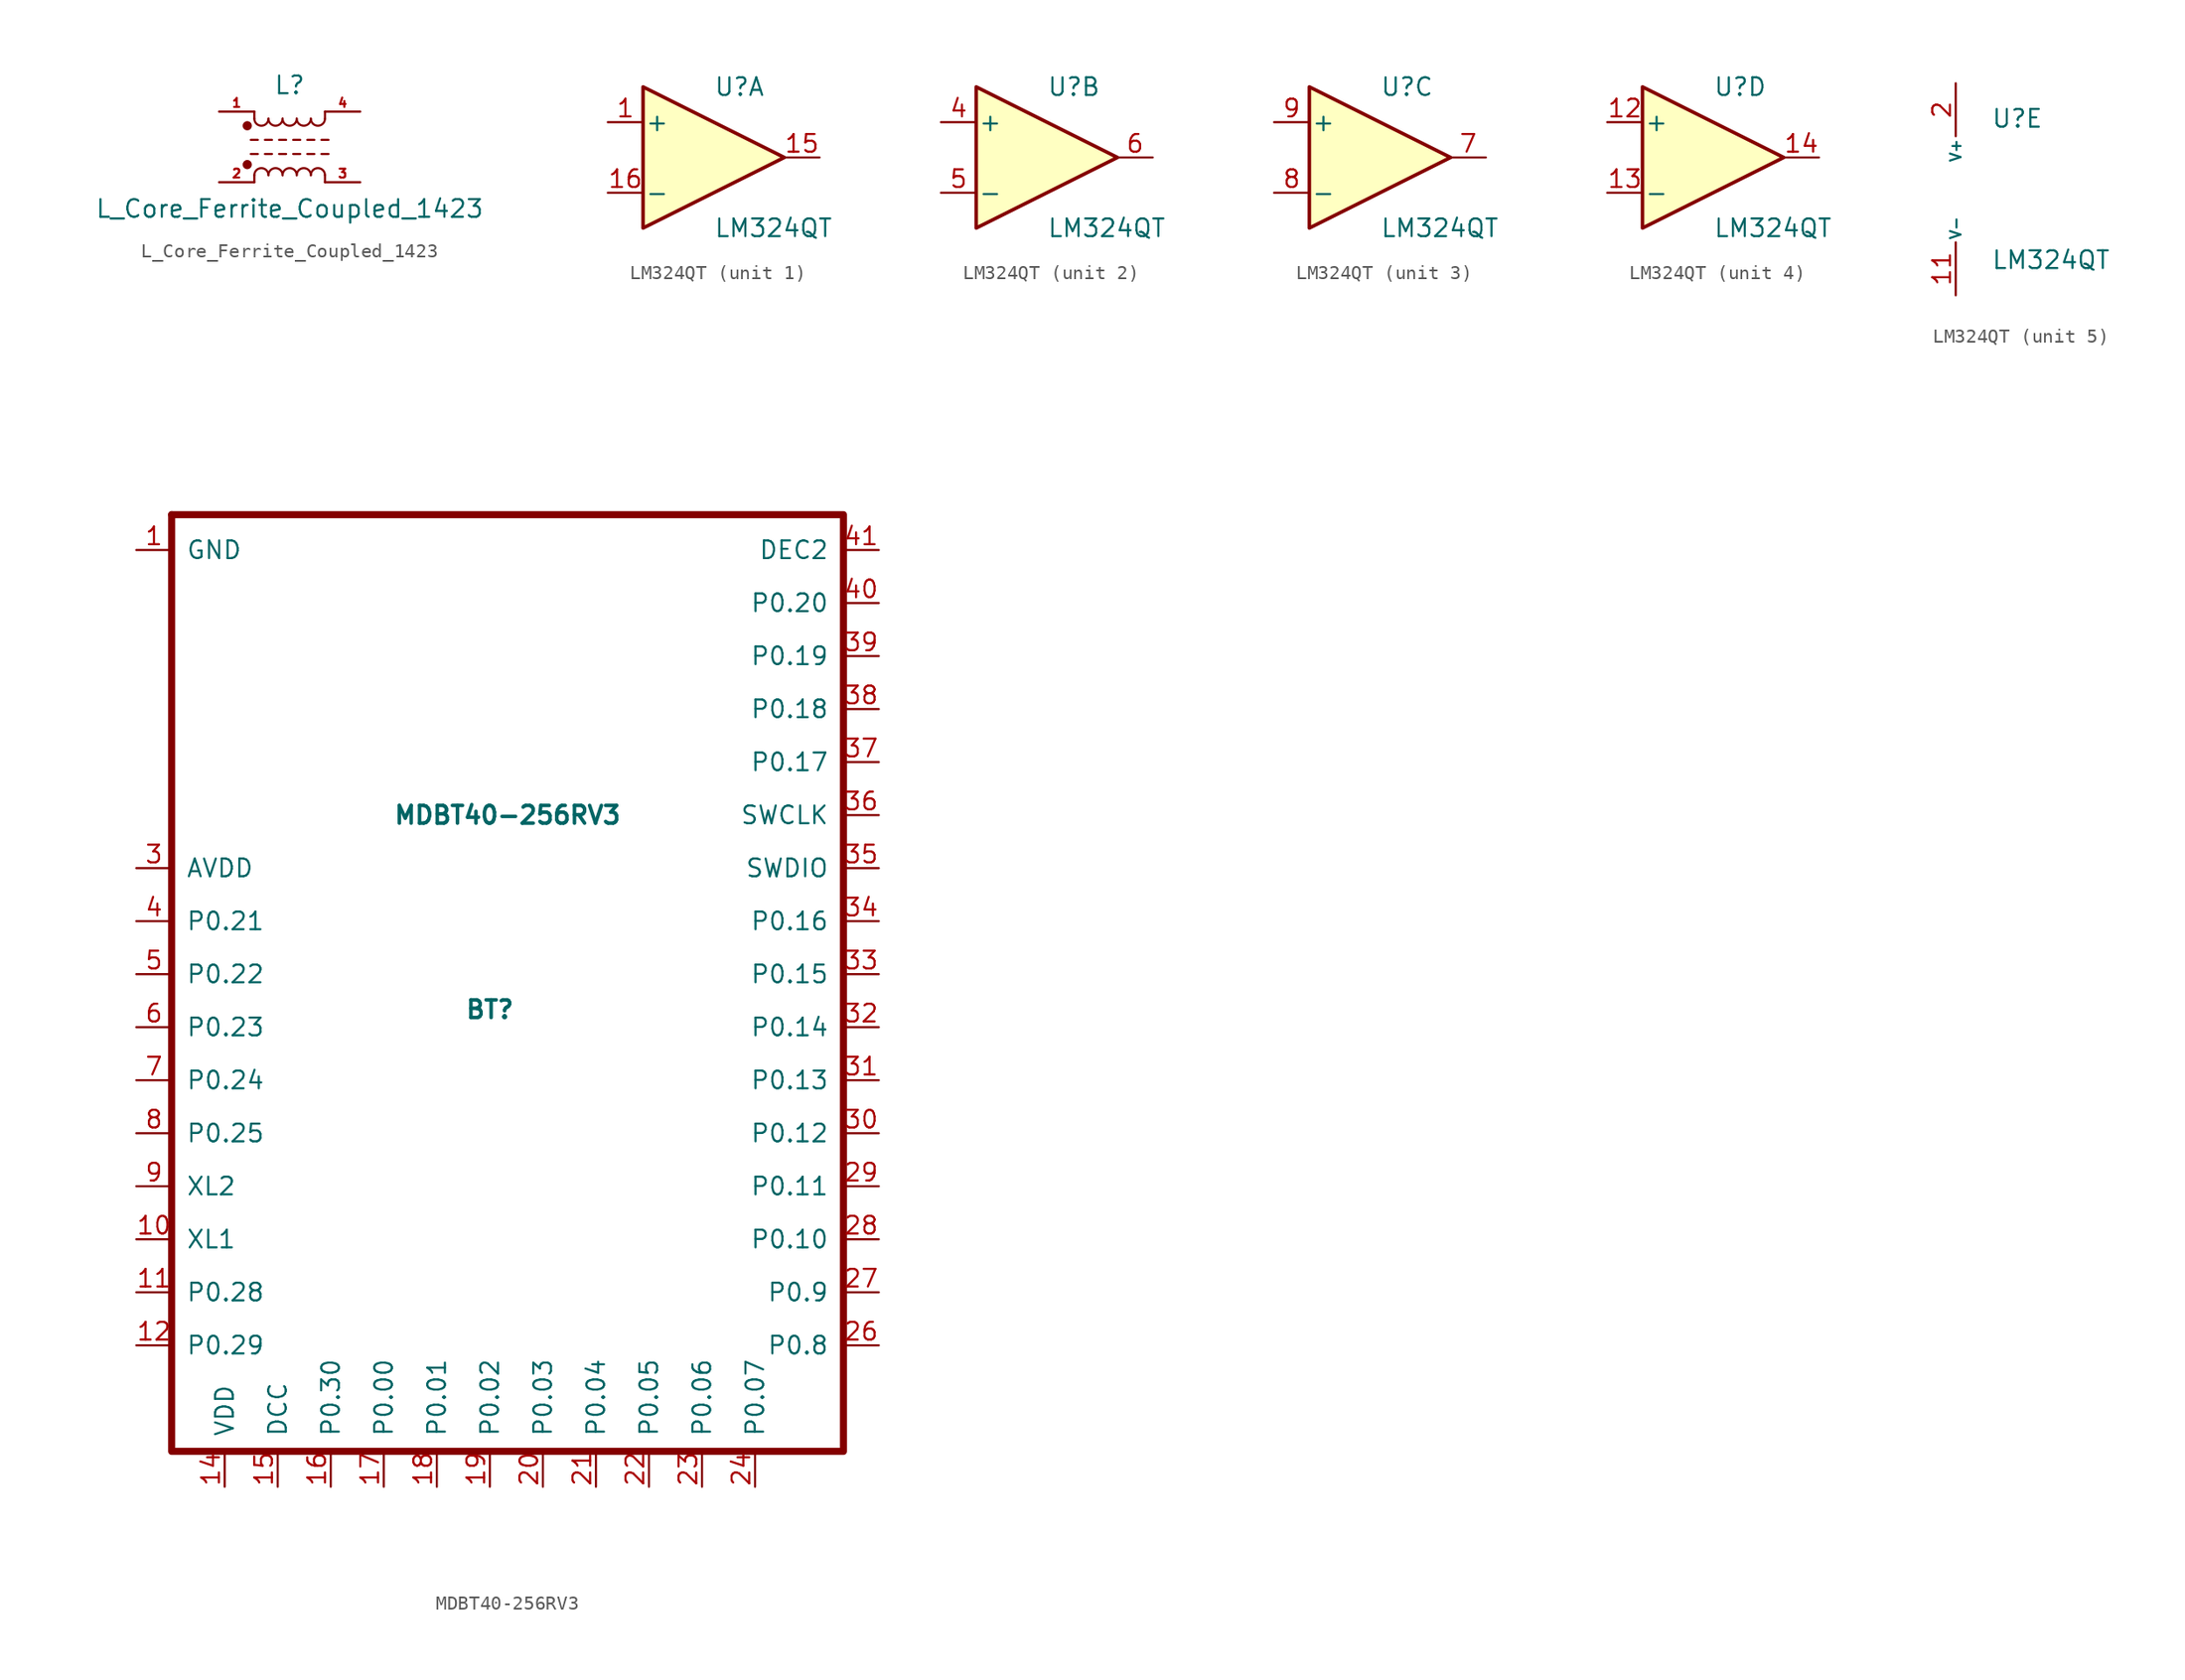
<source format=kicad_sym>
(kicad_symbol_lib
  (version 20211014)
  (generator kicad_symbol_editor)
  (symbol "L_Core_Ferrite_Coupled_1423"
    (pin_names
      (offset 0.254) hide)
    (property "Reference" "L"
      (at 0 4.445 0)
      (effects (font (size 1.27 1.27))))
    (property "Value" "L_Core_Ferrite_Coupled_1423"
      (at 0 -4.445 0)
      (effects (font (size 1.27 1.27))))
    (symbol "L_Core_Ferrite_Coupled_1423_0_1"
      (circle (center -3.048 -1.27) (radius 0.254) (stroke (width 0) (type default) (color 0 0 0 0)) (fill (type outline)))
      (circle (center -3.048 1.524) (radius 0.254) (stroke (width 0) (type default) (color 0 0 0 0)) (fill (type outline)))
      (arc (start -2.54 2.032) (mid -2.032 1.524) (end -1.524 2.032) (stroke (width 0) (type default) (color 0 0 0 0)) (fill (type none)))
      (arc (start -1.524 -2.032) (mid -2.032 -1.524) (end -2.54 -2.032) (stroke (width 0) (type default) (color 0 0 0 0)) (fill (type none)))
      (arc (start -1.524 2.032) (mid -1.016 1.524) (end -0.508 2.032) (stroke (width 0) (type default) (color 0 0 0 0)) (fill (type none)))
      (arc (start -0.508 -2.032) (mid -1.016 -1.524) (end -1.524 -2.032) (stroke (width 0) (type default) (color 0 0 0 0)) (fill (type none)))
      (arc (start -0.508 2.032) (mid 0 1.524) (end 0.508 2.032) (stroke (width 0) (type default) (color 0 0 0 0)) (fill (type none)))
      (polyline (pts (xy -2.794 -0.508) (xy -2.286 -0.508)) (stroke (width 0) (type default) (color 0 0 0 0)) (fill (type none)))
      (polyline (pts (xy -2.794 0.508) (xy -2.286 0.508)) (stroke (width 0) (type default) (color 0 0 0 0)) (fill (type none)))
      (polyline (pts (xy -2.54 -2.032) (xy -2.54 -2.54)) (stroke (width 0) (type default) (color 0 0 0 0)) (fill (type none)))
      (polyline (pts (xy -2.54 2.032) (xy -2.54 2.54)) (stroke (width 0) (type default) (color 0 0 0 0)) (fill (type none)))
      (polyline (pts (xy -1.778 -0.508) (xy -1.27 -0.508)) (stroke (width 0) (type default) (color 0 0 0 0)) (fill (type none)))
      (polyline (pts (xy -1.778 0.508) (xy -1.27 0.508)) (stroke (width 0) (type default) (color 0 0 0 0)) (fill (type none)))
      (polyline (pts (xy -0.762 -0.508) (xy -0.254 -0.508)) (stroke (width 0) (type default) (color 0 0 0 0)) (fill (type none)))
      (polyline (pts (xy -0.762 0.508) (xy -0.254 0.508)) (stroke (width 0) (type default) (color 0 0 0 0)) (fill (type none)))
      (polyline (pts (xy 0.254 -0.508) (xy 0.762 -0.508)) (stroke (width 0) (type default) (color 0 0 0 0)) (fill (type none)))
      (polyline (pts (xy 0.254 0.508) (xy 0.762 0.508)) (stroke (width 0) (type default) (color 0 0 0 0)) (fill (type none)))
      (polyline (pts (xy 1.27 -0.508) (xy 1.778 -0.508)) (stroke (width 0) (type default) (color 0 0 0 0)) (fill (type none)))
      (polyline (pts (xy 1.27 0.508) (xy 1.778 0.508)) (stroke (width 0) (type default) (color 0 0 0 0)) (fill (type none)))
      (polyline (pts (xy 2.286 -0.508) (xy 2.794 -0.508)) (stroke (width 0) (type default) (color 0 0 0 0)) (fill (type none)))
      (polyline (pts (xy 2.286 0.508) (xy 2.794 0.508)) (stroke (width 0) (type default) (color 0 0 0 0)) (fill (type none)))
      (polyline (pts (xy 2.54 -2.032) (xy 2.54 -2.54)) (stroke (width 0) (type default) (color 0 0 0 0)) (fill (type none)))
      (polyline (pts (xy 2.54 2.54) (xy 2.54 2.032)) (stroke (width 0) (type default) (color 0 0 0 0)) (fill (type none)))
      (arc (start 0.508 -2.032) (mid 0 -1.524) (end -0.508 -2.032) (stroke (width 0) (type default) (color 0 0 0 0)) (fill (type none)))
      (arc (start 0.508 2.032) (mid 1.016 1.524) (end 1.524 2.032) (stroke (width 0) (type default) (color 0 0 0 0)) (fill (type none)))
      (arc (start 1.524 -2.032) (mid 1.016 -1.524) (end 0.508 -2.032) (stroke (width 0) (type default) (color 0 0 0 0)) (fill (type none)))
      (arc (start 1.524 2.032) (mid 2.032 1.524) (end 2.54 2.032) (stroke (width 0) (type default) (color 0 0 0 0)) (fill (type none)))
      (arc (start 2.54 -2.032) (mid 2.032 -1.524) (end 1.524 -2.032) (stroke (width 0) (type default) (color 0 0 0 0)) (fill (type none))))
    (symbol "L_Core_Ferrite_Coupled_1423_1_1"
      (pin passive line (at -5.08 2.54 0) (length 2.54) (name "1" (effects (font (size 0.635 0.635)))) (number "1" (effects (font (size 0.635 0.635)))))
      (pin passive line (at -5.08 -2.54 0) (length 2.54) (name "2" (effects (font (size 0.635 0.635)))) (number "2" (effects (font (size 0.635 0.635)))))
      (pin passive line (at 5.08 -2.54 180) (length 2.54) (name "3" (effects (font (size 0.635 0.635)))) (number "3" (effects (font (size 0.635 0.635)))))
      (pin passive line (at 5.08 2.54 180) (length 2.54) (name "4" (effects (font (size 0.635 0.635)))) (number "4" (effects (font (size 0.635 0.635)))))))
  (symbol "LM324QT"
    (pin_names
      (offset 0.127))
    (property "Reference" "U"
      (at 0 5.08 0)
      (effects (font (size 1.27 1.27)) (justify left)))
    (property "Value" "LM324QT"
      (at 0 -5.08 0)
      (effects (font (size 1.27 1.27)) (justify left)))
    (property "ki_locked" ""
      (at 0 0 0)
      (effects (font (size 1.27 1.27))))
    (symbol "LM324QT_1_1"
      (polyline (pts (xy -5.08 5.08) (xy 5.08 0) (xy -5.08 -5.08) (xy -5.08 5.08)) (stroke (width 0.254) (type default) (color 0 0 0 0)) (fill (type background)))
      (pin input line (at -7.62 2.54 0) (length 2.54) (name "+" (effects (font (size 1.27 1.27)))) (number "1" (effects (font (size 1.27 1.27)))))
      (pin output line (at 7.62 0 180) (length 2.54) (name "~" (effects (font (size 1.27 1.27)))) (number "15" (effects (font (size 1.27 1.27)))))
      (pin input line (at -7.62 -2.54 0) (length 2.54) (name "-" (effects (font (size 1.27 1.27)))) (number "16" (effects (font (size 1.27 1.27))))))
    (symbol "LM324QT_2_1"
      (polyline (pts (xy -5.08 5.08) (xy 5.08 0) (xy -5.08 -5.08) (xy -5.08 5.08)) (stroke (width 0.254) (type default) (color 0 0 0 0)) (fill (type background)))
      (pin input line (at -7.62 2.54 0) (length 2.54) (name "+" (effects (font (size 1.27 1.27)))) (number "4" (effects (font (size 1.27 1.27)))))
      (pin input line (at -7.62 -2.54 0) (length 2.54) (name "-" (effects (font (size 1.27 1.27)))) (number "5" (effects (font (size 1.27 1.27)))))
      (pin output line (at 7.62 0 180) (length 2.54) (name "~" (effects (font (size 1.27 1.27)))) (number "6" (effects (font (size 1.27 1.27))))))
    (symbol "LM324QT_3_1"
      (polyline (pts (xy -5.08 5.08) (xy 5.08 0) (xy -5.08 -5.08) (xy -5.08 5.08)) (stroke (width 0.254) (type default) (color 0 0 0 0)) (fill (type background)))
      (pin output line (at 7.62 0 180) (length 2.54) (name "~" (effects (font (size 1.27 1.27)))) (number "7" (effects (font (size 1.27 1.27)))))
      (pin input line (at -7.62 -2.54 0) (length 2.54) (name "-" (effects (font (size 1.27 1.27)))) (number "8" (effects (font (size 1.27 1.27)))))
      (pin input line (at -7.62 2.54 0) (length 2.54) (name "+" (effects (font (size 1.27 1.27)))) (number "9" (effects (font (size 1.27 1.27))))))
    (symbol "LM324QT_4_1"
      (polyline (pts (xy -5.08 5.08) (xy 5.08 0) (xy -5.08 -5.08) (xy -5.08 5.08)) (stroke (width 0.254) (type default) (color 0 0 0 0)) (fill (type background)))
      (pin input line (at -7.62 2.54 0) (length 2.54) (name "+" (effects (font (size 1.27 1.27)))) (number "12" (effects (font (size 1.27 1.27)))))
      (pin input line (at -7.62 -2.54 0) (length 2.54) (name "-" (effects (font (size 1.27 1.27)))) (number "13" (effects (font (size 1.27 1.27)))))
      (pin output line (at 7.62 0 180) (length 2.54) (name "~" (effects (font (size 1.27 1.27)))) (number "14" (effects (font (size 1.27 1.27))))))
    (symbol "LM324QT_5_1"
      (pin power_in line (at -2.54 -7.62 90) (length 3.81) (name "V-" (effects (font (size 0.762 0.762)))) (number "11" (effects (font (size 1.27 1.27)))))
      (pin power_in line (at -2.54 7.62 270) (length 3.81) (name "V+" (effects (font (size 0.762 0.762)))) (number "2" (effects (font (size 1.27 1.27)))))))
  (symbol "MDBT40-256RV3"
    (pin_names
      (offset 1.016))
    (property "Reference" "BT"
      (at -1.27 -1.27 0)
      (effects (font (size 1.27 1.27) bold)))
    (property "Value" "MDBT40-256RV3"
      (at 0 12.7 0)
      (effects (font (size 1.27 1.27) bold)))
    (symbol "MDBT40-256RV3_0_1"
      (polyline (pts (xy -24.13 34.29) (xy -24.13 34.29)) (stroke (width 0) (type default) (color 0 0 0 0)) (fill (type none)))
      (polyline (pts (xy -20.32 -33.02) (xy -24.13 -33.02) (xy -24.13 34.29)) (stroke (width 0.508) (type default) (color 0 0 0 0)) (fill (type none)))
      (polyline (pts (xy -20.32 -33.02) (xy 24.13 -33.02) (xy 24.13 34.29) (xy -24.13 34.29)) (stroke (width 0.508) (type default) (color 0 0 0 0)) (fill (type none))))
    (symbol "MDBT40-256RV3_1_1"
      (pin input line (at -26.67 31.75 0) (length 2.54) (name "GND" (effects (font (size 1.27 1.27)))) (number "1" (effects (font (size 1.27 1.27)))))
      (pin input line (at -26.67 -17.78 0) (length 2.54) (name "XL1" (effects (font (size 1.27 1.27)))) (number "10" (effects (font (size 1.27 1.27)))))
      (pin input line (at -26.67 -21.59 0) (length 2.54) (name "P0.28" (effects (font (size 1.27 1.27)))) (number "11" (effects (font (size 1.27 1.27)))))
      (pin input line (at -26.67 -25.4 0) (length 2.54) (name "P0.29" (effects (font (size 1.27 1.27)))) (number "12" (effects (font (size 1.27 1.27)))))
      (pin input line (at -20.32 -35.56 90) (length 2.54) (name "VDD" (effects (font (size 1.27 1.27)))) (number "14" (effects (font (size 1.27 1.27)))))
      (pin input line (at -16.51 -35.56 90) (length 2.54) (name "DCC" (effects (font (size 1.27 1.27)))) (number "15" (effects (font (size 1.27 1.27)))))
      (pin input line (at -12.7 -35.56 90) (length 2.54) (name "P0.30" (effects (font (size 1.27 1.27)))) (number "16" (effects (font (size 1.27 1.27)))))
      (pin input line (at -8.89 -35.56 90) (length 2.54) (name "P0.00" (effects (font (size 1.27 1.27)))) (number "17" (effects (font (size 1.27 1.27)))))
      (pin input line (at -5.08 -35.56 90) (length 2.54) (name "P0.01" (effects (font (size 1.27 1.27)))) (number "18" (effects (font (size 1.27 1.27)))))
      (pin input line (at -1.27 -35.56 90) (length 2.54) (name "P0.02" (effects (font (size 1.27 1.27)))) (number "19" (effects (font (size 1.27 1.27)))))
      (pin input line (at 2.54 -35.56 90) (length 2.54) (name "P0.03" (effects (font (size 1.27 1.27)))) (number "20" (effects (font (size 1.27 1.27)))))
      (pin input line (at 6.35 -35.56 90) (length 2.54) (name "P0.04" (effects (font (size 1.27 1.27)))) (number "21" (effects (font (size 1.27 1.27)))))
      (pin input line (at 10.16 -35.56 90) (length 2.54) (name "P0.05" (effects (font (size 1.27 1.27)))) (number "22" (effects (font (size 1.27 1.27)))))
      (pin input line (at 13.97 -35.56 90) (length 2.54) (name "P0.06" (effects (font (size 1.27 1.27)))) (number "23" (effects (font (size 1.27 1.27)))))
      (pin input line (at 17.78 -35.56 90) (length 2.54) (name "P0.07" (effects (font (size 1.27 1.27)))) (number "24" (effects (font (size 1.27 1.27)))))
      (pin input line (at 26.67 -25.4 180) (length 2.54) (name "P0.8" (effects (font (size 1.27 1.27)))) (number "26" (effects (font (size 1.27 1.27)))))
      (pin input line (at 26.67 -21.59 180) (length 2.54) (name "P0.9" (effects (font (size 1.27 1.27)))) (number "27" (effects (font (size 1.27 1.27)))))
      (pin input line (at 26.67 -17.78 180) (length 2.54) (name "P0.10" (effects (font (size 1.27 1.27)))) (number "28" (effects (font (size 1.27 1.27)))))
      (pin input line (at 26.67 -13.97 180) (length 2.54) (name "P0.11" (effects (font (size 1.27 1.27)))) (number "29" (effects (font (size 1.27 1.27)))))
      (pin input line (at -26.67 8.89 0) (length 2.54) (name "AVDD" (effects (font (size 1.27 1.27)))) (number "3" (effects (font (size 1.27 1.27)))))
      (pin input line (at 26.67 -10.16 180) (length 2.54) (name "P0.12" (effects (font (size 1.27 1.27)))) (number "30" (effects (font (size 1.27 1.27)))))
      (pin input line (at 26.67 -6.35 180) (length 2.54) (name "P0.13" (effects (font (size 1.27 1.27)))) (number "31" (effects (font (size 1.27 1.27)))))
      (pin input line (at 26.67 -2.54 180) (length 2.54) (name "P0.14" (effects (font (size 1.27 1.27)))) (number "32" (effects (font (size 1.27 1.27)))))
      (pin input line (at 26.67 1.27 180) (length 2.54) (name "P0.15" (effects (font (size 1.27 1.27)))) (number "33" (effects (font (size 1.27 1.27)))))
      (pin input line (at 26.67 5.08 180) (length 2.54) (name "P0.16" (effects (font (size 1.27 1.27)))) (number "34" (effects (font (size 1.27 1.27)))))
      (pin input line (at 26.67 8.89 180) (length 2.54) (name "SWDIO" (effects (font (size 1.27 1.27)))) (number "35" (effects (font (size 1.27 1.27)))))
      (pin input line (at 26.67 12.7 180) (length 2.54) (name "SWCLK" (effects (font (size 1.27 1.27)))) (number "36" (effects (font (size 1.27 1.27)))))
      (pin input line (at 26.67 16.51 180) (length 2.54) (name "P0.17" (effects (font (size 1.27 1.27)))) (number "37" (effects (font (size 1.27 1.27)))))
      (pin input line (at 26.67 20.32 180) (length 2.54) (name "P0.18" (effects (font (size 1.27 1.27)))) (number "38" (effects (font (size 1.27 1.27)))))
      (pin input line (at 26.67 24.13 180) (length 2.54) (name "P0.19" (effects (font (size 1.27 1.27)))) (number "39" (effects (font (size 1.27 1.27)))))
      (pin input line (at -26.67 5.08 0) (length 2.54) (name "P0.21" (effects (font (size 1.27 1.27)))) (number "4" (effects (font (size 1.27 1.27)))))
      (pin input line (at 26.67 27.94 180) (length 2.54) (name "P0.20" (effects (font (size 1.27 1.27)))) (number "40" (effects (font (size 1.27 1.27)))))
      (pin input line (at 26.67 31.75 180) (length 2.54) (name "DEC2" (effects (font (size 1.27 1.27)))) (number "41" (effects (font (size 1.27 1.27)))))
      (pin input line (at -26.67 1.27 0) (length 2.54) (name "P0.22" (effects (font (size 1.27 1.27)))) (number "5" (effects (font (size 1.27 1.27)))))
      (pin input line (at -26.67 -2.54 0) (length 2.54) (name "P0.23" (effects (font (size 1.27 1.27)))) (number "6" (effects (font (size 1.27 1.27)))))
      (pin input line (at -26.67 -6.35 0) (length 2.54) (name "P0.24" (effects (font (size 1.27 1.27)))) (number "7" (effects (font (size 1.27 1.27)))))
      (pin input line (at -26.67 -10.16 0) (length 2.54) (name "P0.25" (effects (font (size 1.27 1.27)))) (number "8" (effects (font (size 1.27 1.27)))))
      (pin input line (at -26.67 -13.97 0) (length 2.54) (name "XL2" (effects (font (size 1.27 1.27)))) (number "9" (effects (font (size 1.27 1.27))))))))
</source>
